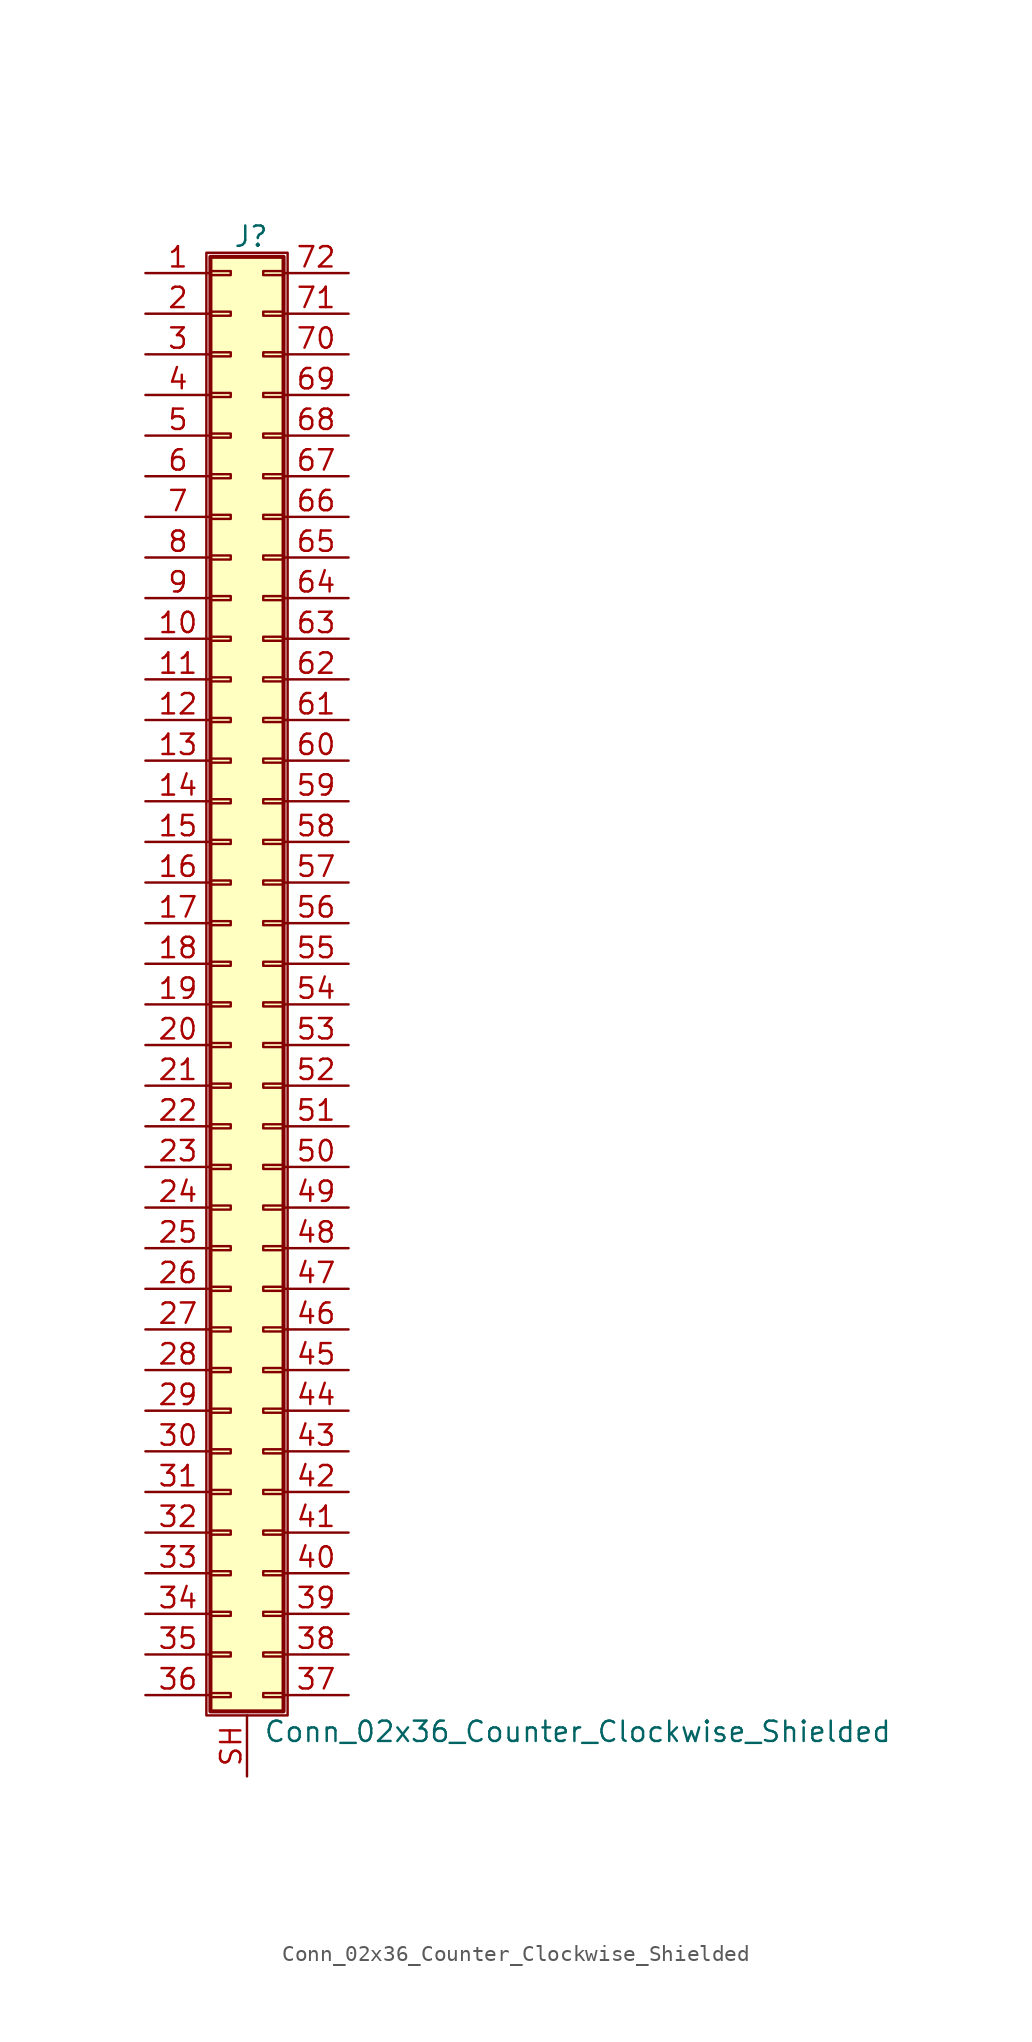
<source format=kicad_sym>
(kicad_symbol_lib
  (version 20211014)
  (generator kicad_symbol_editor)
  (symbol "Conn_02x36_Counter_Clockwise_Shielded"
    (pin_names
      (offset 1.016) hide)
    (property "Reference" "J"
      (at 1.524 45.466 0)
      (effects (font (size 1.27 1.27))))
    (property "Value" "Conn_02x36_Counter_Clockwise_Shielded"
      (at 2.286 -48.006 0)
      (effects (font (size 1.27 1.27)) (justify left)))
    (symbol "Conn_02x36_Counter_Clockwise_Shielded_1_1"
      (rectangle (start -1.27 44.45) (end 3.81 -46.99) (stroke (width 0.152) (type default) (color 0 0 0 0)) (fill (type none)))
      (rectangle (start -1.016 -45.593) (end 0.254 -45.847) (stroke (width 0.152) (type default) (color 0 0 0 0)) (fill (type none)))
      (rectangle (start -1.016 -43.053) (end 0.254 -43.307) (stroke (width 0.152) (type default) (color 0 0 0 0)) (fill (type none)))
      (rectangle (start -1.016 -40.513) (end 0.254 -40.767) (stroke (width 0.152) (type default) (color 0 0 0 0)) (fill (type none)))
      (rectangle (start -1.016 -37.973) (end 0.254 -38.227) (stroke (width 0.152) (type default) (color 0 0 0 0)) (fill (type none)))
      (rectangle (start -1.016 -35.433) (end 0.254 -35.687) (stroke (width 0.152) (type default) (color 0 0 0 0)) (fill (type none)))
      (rectangle (start -1.016 -32.893) (end 0.254 -33.147) (stroke (width 0.152) (type default) (color 0 0 0 0)) (fill (type none)))
      (rectangle (start -1.016 -30.353) (end 0.254 -30.607) (stroke (width 0.152) (type default) (color 0 0 0 0)) (fill (type none)))
      (rectangle (start -1.016 -27.813) (end 0.254 -28.067) (stroke (width 0.152) (type default) (color 0 0 0 0)) (fill (type none)))
      (rectangle (start -1.016 -25.273) (end 0.254 -25.527) (stroke (width 0.152) (type default) (color 0 0 0 0)) (fill (type none)))
      (rectangle (start -1.016 -22.733) (end 0.254 -22.987) (stroke (width 0.152) (type default) (color 0 0 0 0)) (fill (type none)))
      (rectangle (start -1.016 -20.193) (end 0.254 -20.447) (stroke (width 0.152) (type default) (color 0 0 0 0)) (fill (type none)))
      (rectangle (start -1.016 -17.653) (end 0.254 -17.907) (stroke (width 0.152) (type default) (color 0 0 0 0)) (fill (type none)))
      (rectangle (start -1.016 -15.113) (end 0.254 -15.367) (stroke (width 0.152) (type default) (color 0 0 0 0)) (fill (type none)))
      (rectangle (start -1.016 -12.573) (end 0.254 -12.827) (stroke (width 0.152) (type default) (color 0 0 0 0)) (fill (type none)))
      (rectangle (start -1.016 -10.033) (end 0.254 -10.287) (stroke (width 0.152) (type default) (color 0 0 0 0)) (fill (type none)))
      (rectangle (start -1.016 -7.493) (end 0.254 -7.747) (stroke (width 0.152) (type default) (color 0 0 0 0)) (fill (type none)))
      (rectangle (start -1.016 -4.953) (end 0.254 -5.207) (stroke (width 0.152) (type default) (color 0 0 0 0)) (fill (type none)))
      (rectangle (start -1.016 -2.413) (end 0.254 -2.667) (stroke (width 0.152) (type default) (color 0 0 0 0)) (fill (type none)))
      (rectangle (start -1.016 0.127) (end 0.254 -0.127) (stroke (width 0.152) (type default) (color 0 0 0 0)) (fill (type none)))
      (rectangle (start -1.016 2.667) (end 0.254 2.413) (stroke (width 0.152) (type default) (color 0 0 0 0)) (fill (type none)))
      (rectangle (start -1.016 5.207) (end 0.254 4.953) (stroke (width 0.152) (type default) (color 0 0 0 0)) (fill (type none)))
      (rectangle (start -1.016 7.747) (end 0.254 7.493) (stroke (width 0.152) (type default) (color 0 0 0 0)) (fill (type none)))
      (rectangle (start -1.016 10.287) (end 0.254 10.033) (stroke (width 0.152) (type default) (color 0 0 0 0)) (fill (type none)))
      (rectangle (start -1.016 12.827) (end 0.254 12.573) (stroke (width 0.152) (type default) (color 0 0 0 0)) (fill (type none)))
      (rectangle (start -1.016 15.367) (end 0.254 15.113) (stroke (width 0.152) (type default) (color 0 0 0 0)) (fill (type none)))
      (rectangle (start -1.016 17.907) (end 0.254 17.653) (stroke (width 0.152) (type default) (color 0 0 0 0)) (fill (type none)))
      (rectangle (start -1.016 20.447) (end 0.254 20.193) (stroke (width 0.152) (type default) (color 0 0 0 0)) (fill (type none)))
      (rectangle (start -1.016 22.987) (end 0.254 22.733) (stroke (width 0.152) (type default) (color 0 0 0 0)) (fill (type none)))
      (rectangle (start -1.016 25.527) (end 0.254 25.273) (stroke (width 0.152) (type default) (color 0 0 0 0)) (fill (type none)))
      (rectangle (start -1.016 28.067) (end 0.254 27.813) (stroke (width 0.152) (type default) (color 0 0 0 0)) (fill (type none)))
      (rectangle (start -1.016 30.607) (end 0.254 30.353) (stroke (width 0.152) (type default) (color 0 0 0 0)) (fill (type none)))
      (rectangle (start -1.016 33.147) (end 0.254 32.893) (stroke (width 0.152) (type default) (color 0 0 0 0)) (fill (type none)))
      (rectangle (start -1.016 35.687) (end 0.254 35.433) (stroke (width 0.152) (type default) (color 0 0 0 0)) (fill (type none)))
      (rectangle (start -1.016 38.227) (end 0.254 37.973) (stroke (width 0.152) (type default) (color 0 0 0 0)) (fill (type none)))
      (rectangle (start -1.016 40.767) (end 0.254 40.513) (stroke (width 0.152) (type default) (color 0 0 0 0)) (fill (type none)))
      (rectangle (start -1.016 43.307) (end 0.254 43.053) (stroke (width 0.152) (type default) (color 0 0 0 0)) (fill (type none)))
      (rectangle (start -1.016 44.196) (end 3.556 -46.736) (stroke (width 0.254) (type default) (color 0 0 0 0)) (fill (type background)))
      (rectangle (start 3.556 -45.593) (end 2.286 -45.847) (stroke (width 0.152) (type default) (color 0 0 0 0)) (fill (type none)))
      (rectangle (start 3.556 -43.053) (end 2.286 -43.307) (stroke (width 0.152) (type default) (color 0 0 0 0)) (fill (type none)))
      (rectangle (start 3.556 -40.513) (end 2.286 -40.767) (stroke (width 0.152) (type default) (color 0 0 0 0)) (fill (type none)))
      (rectangle (start 3.556 -37.973) (end 2.286 -38.227) (stroke (width 0.152) (type default) (color 0 0 0 0)) (fill (type none)))
      (rectangle (start 3.556 -35.433) (end 2.286 -35.687) (stroke (width 0.152) (type default) (color 0 0 0 0)) (fill (type none)))
      (rectangle (start 3.556 -32.893) (end 2.286 -33.147) (stroke (width 0.152) (type default) (color 0 0 0 0)) (fill (type none)))
      (rectangle (start 3.556 -30.353) (end 2.286 -30.607) (stroke (width 0.152) (type default) (color 0 0 0 0)) (fill (type none)))
      (rectangle (start 3.556 -27.813) (end 2.286 -28.067) (stroke (width 0.152) (type default) (color 0 0 0 0)) (fill (type none)))
      (rectangle (start 3.556 -25.273) (end 2.286 -25.527) (stroke (width 0.152) (type default) (color 0 0 0 0)) (fill (type none)))
      (rectangle (start 3.556 -22.733) (end 2.286 -22.987) (stroke (width 0.152) (type default) (color 0 0 0 0)) (fill (type none)))
      (rectangle (start 3.556 -20.193) (end 2.286 -20.447) (stroke (width 0.152) (type default) (color 0 0 0 0)) (fill (type none)))
      (rectangle (start 3.556 -17.653) (end 2.286 -17.907) (stroke (width 0.152) (type default) (color 0 0 0 0)) (fill (type none)))
      (rectangle (start 3.556 -15.113) (end 2.286 -15.367) (stroke (width 0.152) (type default) (color 0 0 0 0)) (fill (type none)))
      (rectangle (start 3.556 -12.573) (end 2.286 -12.827) (stroke (width 0.152) (type default) (color 0 0 0 0)) (fill (type none)))
      (rectangle (start 3.556 -10.033) (end 2.286 -10.287) (stroke (width 0.152) (type default) (color 0 0 0 0)) (fill (type none)))
      (rectangle (start 3.556 -7.493) (end 2.286 -7.747) (stroke (width 0.152) (type default) (color 0 0 0 0)) (fill (type none)))
      (rectangle (start 3.556 -4.953) (end 2.286 -5.207) (stroke (width 0.152) (type default) (color 0 0 0 0)) (fill (type none)))
      (rectangle (start 3.556 -2.413) (end 2.286 -2.667) (stroke (width 0.152) (type default) (color 0 0 0 0)) (fill (type none)))
      (rectangle (start 3.556 0.127) (end 2.286 -0.127) (stroke (width 0.152) (type default) (color 0 0 0 0)) (fill (type none)))
      (rectangle (start 3.556 2.667) (end 2.286 2.413) (stroke (width 0.152) (type default) (color 0 0 0 0)) (fill (type none)))
      (rectangle (start 3.556 5.207) (end 2.286 4.953) (stroke (width 0.152) (type default) (color 0 0 0 0)) (fill (type none)))
      (rectangle (start 3.556 7.747) (end 2.286 7.493) (stroke (width 0.152) (type default) (color 0 0 0 0)) (fill (type none)))
      (rectangle (start 3.556 10.287) (end 2.286 10.033) (stroke (width 0.152) (type default) (color 0 0 0 0)) (fill (type none)))
      (rectangle (start 3.556 12.827) (end 2.286 12.573) (stroke (width 0.152) (type default) (color 0 0 0 0)) (fill (type none)))
      (rectangle (start 3.556 15.367) (end 2.286 15.113) (stroke (width 0.152) (type default) (color 0 0 0 0)) (fill (type none)))
      (rectangle (start 3.556 17.907) (end 2.286 17.653) (stroke (width 0.152) (type default) (color 0 0 0 0)) (fill (type none)))
      (rectangle (start 3.556 20.447) (end 2.286 20.193) (stroke (width 0.152) (type default) (color 0 0 0 0)) (fill (type none)))
      (rectangle (start 3.556 22.987) (end 2.286 22.733) (stroke (width 0.152) (type default) (color 0 0 0 0)) (fill (type none)))
      (rectangle (start 3.556 25.527) (end 2.286 25.273) (stroke (width 0.152) (type default) (color 0 0 0 0)) (fill (type none)))
      (rectangle (start 3.556 28.067) (end 2.286 27.813) (stroke (width 0.152) (type default) (color 0 0 0 0)) (fill (type none)))
      (rectangle (start 3.556 30.607) (end 2.286 30.353) (stroke (width 0.152) (type default) (color 0 0 0 0)) (fill (type none)))
      (rectangle (start 3.556 33.147) (end 2.286 32.893) (stroke (width 0.152) (type default) (color 0 0 0 0)) (fill (type none)))
      (rectangle (start 3.556 35.687) (end 2.286 35.433) (stroke (width 0.152) (type default) (color 0 0 0 0)) (fill (type none)))
      (rectangle (start 3.556 38.227) (end 2.286 37.973) (stroke (width 0.152) (type default) (color 0 0 0 0)) (fill (type none)))
      (rectangle (start 3.556 40.767) (end 2.286 40.513) (stroke (width 0.152) (type default) (color 0 0 0 0)) (fill (type none)))
      (rectangle (start 3.556 43.307) (end 2.286 43.053) (stroke (width 0.152) (type default) (color 0 0 0 0)) (fill (type none)))
      (pin passive line (at -5.08 43.18 0) (length 4.064) (name "Pin_1" (effects (font (size 1.27 1.27)))) (number "1" (effects (font (size 1.27 1.27)))))
      (pin passive line (at -5.08 20.32 0) (length 4.064) (name "Pin_10" (effects (font (size 1.27 1.27)))) (number "10" (effects (font (size 1.27 1.27)))))
      (pin passive line (at -5.08 17.78 0) (length 4.064) (name "Pin_11" (effects (font (size 1.27 1.27)))) (number "11" (effects (font (size 1.27 1.27)))))
      (pin passive line (at -5.08 15.24 0) (length 4.064) (name "Pin_12" (effects (font (size 1.27 1.27)))) (number "12" (effects (font (size 1.27 1.27)))))
      (pin passive line (at -5.08 12.7 0) (length 4.064) (name "Pin_13" (effects (font (size 1.27 1.27)))) (number "13" (effects (font (size 1.27 1.27)))))
      (pin passive line (at -5.08 10.16 0) (length 4.064) (name "Pin_14" (effects (font (size 1.27 1.27)))) (number "14" (effects (font (size 1.27 1.27)))))
      (pin passive line (at -5.08 7.62 0) (length 4.064) (name "Pin_15" (effects (font (size 1.27 1.27)))) (number "15" (effects (font (size 1.27 1.27)))))
      (pin passive line (at -5.08 5.08 0) (length 4.064) (name "Pin_16" (effects (font (size 1.27 1.27)))) (number "16" (effects (font (size 1.27 1.27)))))
      (pin passive line (at -5.08 2.54 0) (length 4.064) (name "Pin_17" (effects (font (size 1.27 1.27)))) (number "17" (effects (font (size 1.27 1.27)))))
      (pin passive line (at -5.08 0 0) (length 4.064) (name "Pin_18" (effects (font (size 1.27 1.27)))) (number "18" (effects (font (size 1.27 1.27)))))
      (pin passive line (at -5.08 -2.54 0) (length 4.064) (name "Pin_19" (effects (font (size 1.27 1.27)))) (number "19" (effects (font (size 1.27 1.27)))))
      (pin passive line (at -5.08 40.64 0) (length 4.064) (name "Pin_2" (effects (font (size 1.27 1.27)))) (number "2" (effects (font (size 1.27 1.27)))))
      (pin passive line (at -5.08 -5.08 0) (length 4.064) (name "Pin_20" (effects (font (size 1.27 1.27)))) (number "20" (effects (font (size 1.27 1.27)))))
      (pin passive line (at -5.08 -7.62 0) (length 4.064) (name "Pin_21" (effects (font (size 1.27 1.27)))) (number "21" (effects (font (size 1.27 1.27)))))
      (pin passive line (at -5.08 -10.16 0) (length 4.064) (name "Pin_22" (effects (font (size 1.27 1.27)))) (number "22" (effects (font (size 1.27 1.27)))))
      (pin passive line (at -5.08 -12.7 0) (length 4.064) (name "Pin_23" (effects (font (size 1.27 1.27)))) (number "23" (effects (font (size 1.27 1.27)))))
      (pin passive line (at -5.08 -15.24 0) (length 4.064) (name "Pin_24" (effects (font (size 1.27 1.27)))) (number "24" (effects (font (size 1.27 1.27)))))
      (pin passive line (at -5.08 -17.78 0) (length 4.064) (name "Pin_25" (effects (font (size 1.27 1.27)))) (number "25" (effects (font (size 1.27 1.27)))))
      (pin passive line (at -5.08 -20.32 0) (length 4.064) (name "Pin_26" (effects (font (size 1.27 1.27)))) (number "26" (effects (font (size 1.27 1.27)))))
      (pin passive line (at -5.08 -22.86 0) (length 4.064) (name "Pin_27" (effects (font (size 1.27 1.27)))) (number "27" (effects (font (size 1.27 1.27)))))
      (pin passive line (at -5.08 -25.4 0) (length 4.064) (name "Pin_28" (effects (font (size 1.27 1.27)))) (number "28" (effects (font (size 1.27 1.27)))))
      (pin passive line (at -5.08 -27.94 0) (length 4.064) (name "Pin_29" (effects (font (size 1.27 1.27)))) (number "29" (effects (font (size 1.27 1.27)))))
      (pin passive line (at -5.08 38.1 0) (length 4.064) (name "Pin_3" (effects (font (size 1.27 1.27)))) (number "3" (effects (font (size 1.27 1.27)))))
      (pin passive line (at -5.08 -30.48 0) (length 4.064) (name "Pin_30" (effects (font (size 1.27 1.27)))) (number "30" (effects (font (size 1.27 1.27)))))
      (pin passive line (at -5.08 -33.02 0) (length 4.064) (name "Pin_31" (effects (font (size 1.27 1.27)))) (number "31" (effects (font (size 1.27 1.27)))))
      (pin passive line (at -5.08 -35.56 0) (length 4.064) (name "Pin_32" (effects (font (size 1.27 1.27)))) (number "32" (effects (font (size 1.27 1.27)))))
      (pin passive line (at -5.08 -38.1 0) (length 4.064) (name "Pin_33" (effects (font (size 1.27 1.27)))) (number "33" (effects (font (size 1.27 1.27)))))
      (pin passive line (at -5.08 -40.64 0) (length 4.064) (name "Pin_34" (effects (font (size 1.27 1.27)))) (number "34" (effects (font (size 1.27 1.27)))))
      (pin passive line (at -5.08 -43.18 0) (length 4.064) (name "Pin_35" (effects (font (size 1.27 1.27)))) (number "35" (effects (font (size 1.27 1.27)))))
      (pin passive line (at -5.08 -45.72 0) (length 4.064) (name "Pin_36" (effects (font (size 1.27 1.27)))) (number "36" (effects (font (size 1.27 1.27)))))
      (pin passive line (at 7.62 -45.72 180) (length 4.064) (name "Pin_37" (effects (font (size 1.27 1.27)))) (number "37" (effects (font (size 1.27 1.27)))))
      (pin passive line (at 7.62 -43.18 180) (length 4.064) (name "Pin_38" (effects (font (size 1.27 1.27)))) (number "38" (effects (font (size 1.27 1.27)))))
      (pin passive line (at 7.62 -40.64 180) (length 4.064) (name "Pin_39" (effects (font (size 1.27 1.27)))) (number "39" (effects (font (size 1.27 1.27)))))
      (pin passive line (at -5.08 35.56 0) (length 4.064) (name "Pin_4" (effects (font (size 1.27 1.27)))) (number "4" (effects (font (size 1.27 1.27)))))
      (pin passive line (at 7.62 -38.1 180) (length 4.064) (name "Pin_40" (effects (font (size 1.27 1.27)))) (number "40" (effects (font (size 1.27 1.27)))))
      (pin passive line (at 7.62 -35.56 180) (length 4.064) (name "Pin_41" (effects (font (size 1.27 1.27)))) (number "41" (effects (font (size 1.27 1.27)))))
      (pin passive line (at 7.62 -33.02 180) (length 4.064) (name "Pin_42" (effects (font (size 1.27 1.27)))) (number "42" (effects (font (size 1.27 1.27)))))
      (pin passive line (at 7.62 -30.48 180) (length 4.064) (name "Pin_43" (effects (font (size 1.27 1.27)))) (number "43" (effects (font (size 1.27 1.27)))))
      (pin passive line (at 7.62 -27.94 180) (length 4.064) (name "Pin_44" (effects (font (size 1.27 1.27)))) (number "44" (effects (font (size 1.27 1.27)))))
      (pin passive line (at 7.62 -25.4 180) (length 4.064) (name "Pin_45" (effects (font (size 1.27 1.27)))) (number "45" (effects (font (size 1.27 1.27)))))
      (pin passive line (at 7.62 -22.86 180) (length 4.064) (name "Pin_46" (effects (font (size 1.27 1.27)))) (number "46" (effects (font (size 1.27 1.27)))))
      (pin passive line (at 7.62 -20.32 180) (length 4.064) (name "Pin_47" (effects (font (size 1.27 1.27)))) (number "47" (effects (font (size 1.27 1.27)))))
      (pin passive line (at 7.62 -17.78 180) (length 4.064) (name "Pin_48" (effects (font (size 1.27 1.27)))) (number "48" (effects (font (size 1.27 1.27)))))
      (pin passive line (at 7.62 -15.24 180) (length 4.064) (name "Pin_49" (effects (font (size 1.27 1.27)))) (number "49" (effects (font (size 1.27 1.27)))))
      (pin passive line (at -5.08 33.02 0) (length 4.064) (name "Pin_5" (effects (font (size 1.27 1.27)))) (number "5" (effects (font (size 1.27 1.27)))))
      (pin passive line (at 7.62 -12.7 180) (length 4.064) (name "Pin_50" (effects (font (size 1.27 1.27)))) (number "50" (effects (font (size 1.27 1.27)))))
      (pin passive line (at 7.62 -10.16 180) (length 4.064) (name "Pin_51" (effects (font (size 1.27 1.27)))) (number "51" (effects (font (size 1.27 1.27)))))
      (pin passive line (at 7.62 -7.62 180) (length 4.064) (name "Pin_52" (effects (font (size 1.27 1.27)))) (number "52" (effects (font (size 1.27 1.27)))))
      (pin passive line (at 7.62 -5.08 180) (length 4.064) (name "Pin_53" (effects (font (size 1.27 1.27)))) (number "53" (effects (font (size 1.27 1.27)))))
      (pin passive line (at 7.62 -2.54 180) (length 4.064) (name "Pin_54" (effects (font (size 1.27 1.27)))) (number "54" (effects (font (size 1.27 1.27)))))
      (pin passive line (at 7.62 0 180) (length 4.064) (name "Pin_55" (effects (font (size 1.27 1.27)))) (number "55" (effects (font (size 1.27 1.27)))))
      (pin passive line (at 7.62 2.54 180) (length 4.064) (name "Pin_56" (effects (font (size 1.27 1.27)))) (number "56" (effects (font (size 1.27 1.27)))))
      (pin passive line (at 7.62 5.08 180) (length 4.064) (name "Pin_57" (effects (font (size 1.27 1.27)))) (number "57" (effects (font (size 1.27 1.27)))))
      (pin passive line (at 7.62 7.62 180) (length 4.064) (name "Pin_58" (effects (font (size 1.27 1.27)))) (number "58" (effects (font (size 1.27 1.27)))))
      (pin passive line (at 7.62 10.16 180) (length 4.064) (name "Pin_59" (effects (font (size 1.27 1.27)))) (number "59" (effects (font (size 1.27 1.27)))))
      (pin passive line (at -5.08 30.48 0) (length 4.064) (name "Pin_6" (effects (font (size 1.27 1.27)))) (number "6" (effects (font (size 1.27 1.27)))))
      (pin passive line (at 7.62 12.7 180) (length 4.064) (name "Pin_60" (effects (font (size 1.27 1.27)))) (number "60" (effects (font (size 1.27 1.27)))))
      (pin passive line (at 7.62 15.24 180) (length 4.064) (name "Pin_61" (effects (font (size 1.27 1.27)))) (number "61" (effects (font (size 1.27 1.27)))))
      (pin passive line (at 7.62 17.78 180) (length 4.064) (name "Pin_62" (effects (font (size 1.27 1.27)))) (number "62" (effects (font (size 1.27 1.27)))))
      (pin passive line (at 7.62 20.32 180) (length 4.064) (name "Pin_63" (effects (font (size 1.27 1.27)))) (number "63" (effects (font (size 1.27 1.27)))))
      (pin passive line (at 7.62 22.86 180) (length 4.064) (name "Pin_64" (effects (font (size 1.27 1.27)))) (number "64" (effects (font (size 1.27 1.27)))))
      (pin passive line (at 7.62 25.4 180) (length 4.064) (name "Pin_65" (effects (font (size 1.27 1.27)))) (number "65" (effects (font (size 1.27 1.27)))))
      (pin passive line (at 7.62 27.94 180) (length 4.064) (name "Pin_66" (effects (font (size 1.27 1.27)))) (number "66" (effects (font (size 1.27 1.27)))))
      (pin passive line (at 7.62 30.48 180) (length 4.064) (name "Pin_67" (effects (font (size 1.27 1.27)))) (number "67" (effects (font (size 1.27 1.27)))))
      (pin passive line (at 7.62 33.02 180) (length 4.064) (name "Pin_68" (effects (font (size 1.27 1.27)))) (number "68" (effects (font (size 1.27 1.27)))))
      (pin passive line (at 7.62 35.56 180) (length 4.064) (name "Pin_69" (effects (font (size 1.27 1.27)))) (number "69" (effects (font (size 1.27 1.27)))))
      (pin passive line (at -5.08 27.94 0) (length 4.064) (name "Pin_7" (effects (font (size 1.27 1.27)))) (number "7" (effects (font (size 1.27 1.27)))))
      (pin passive line (at 7.62 38.1 180) (length 4.064) (name "Pin_70" (effects (font (size 1.27 1.27)))) (number "70" (effects (font (size 1.27 1.27)))))
      (pin passive line (at 7.62 40.64 180) (length 4.064) (name "Pin_71" (effects (font (size 1.27 1.27)))) (number "71" (effects (font (size 1.27 1.27)))))
      (pin passive line (at 7.62 43.18 180) (length 4.064) (name "Pin_72" (effects (font (size 1.27 1.27)))) (number "72" (effects (font (size 1.27 1.27)))))
      (pin passive line (at -5.08 25.4 0) (length 4.064) (name "Pin_8" (effects (font (size 1.27 1.27)))) (number "8" (effects (font (size 1.27 1.27)))))
      (pin passive line (at -5.08 22.86 0) (length 4.064) (name "Pin_9" (effects (font (size 1.27 1.27)))) (number "9" (effects (font (size 1.27 1.27)))))
      (pin passive line (at 1.27 -50.8 90) (length 3.81) (name "Shield" (effects (font (size 1.27 1.27)))) (number "SH" (effects (font (size 1.27 1.27))))))))
</source>
